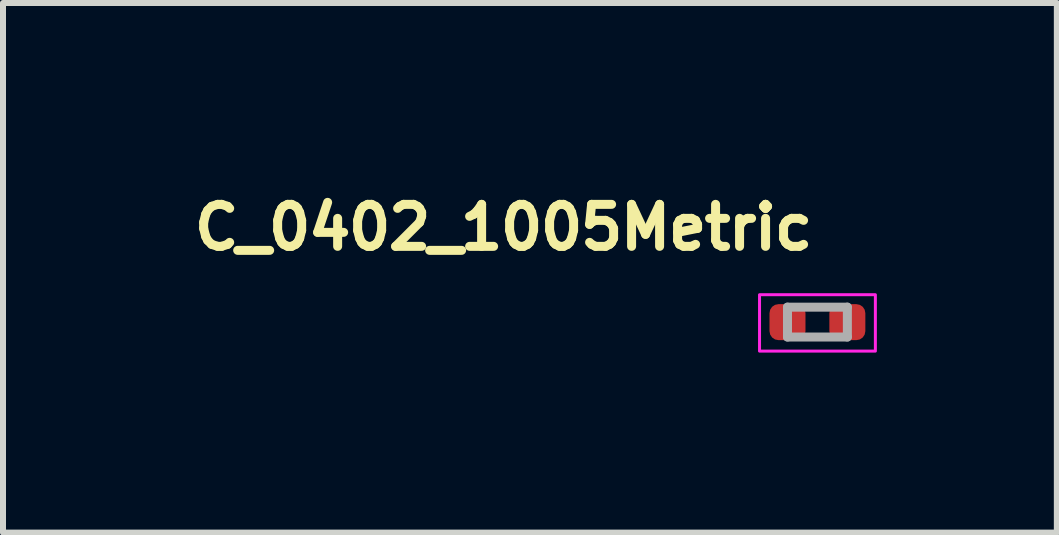
<source format=kicad_pcb>
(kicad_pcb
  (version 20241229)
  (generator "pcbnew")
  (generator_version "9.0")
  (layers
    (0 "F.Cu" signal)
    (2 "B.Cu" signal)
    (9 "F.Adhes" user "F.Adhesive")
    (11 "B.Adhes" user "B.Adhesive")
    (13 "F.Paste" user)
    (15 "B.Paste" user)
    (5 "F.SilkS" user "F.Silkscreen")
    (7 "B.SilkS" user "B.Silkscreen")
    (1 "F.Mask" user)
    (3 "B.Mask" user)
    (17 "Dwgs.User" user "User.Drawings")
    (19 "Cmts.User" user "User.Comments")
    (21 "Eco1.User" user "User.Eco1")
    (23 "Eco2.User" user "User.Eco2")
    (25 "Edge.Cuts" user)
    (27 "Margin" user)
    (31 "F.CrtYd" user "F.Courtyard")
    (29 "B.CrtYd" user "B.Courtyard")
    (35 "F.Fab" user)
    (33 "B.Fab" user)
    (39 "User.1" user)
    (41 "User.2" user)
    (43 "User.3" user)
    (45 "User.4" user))
  (footprint "C_0402_1005Metric"
    (layer "F.Cu")
    (at 10.577 2.32)
    (property "Reference" "C_0402_1005Metric" (at 0 -1.17 0) (layer "F.SilkS") (effects (font (size 0.7 0.7) (thickness 0.15)) (justify right bottom)))
    (attr smd)
    (fp_rect (start -0.966 -0.457) (end 0.965 0.483) (stroke (width 0.05) (type solid)) (fill no) (layer "F.CrtYd"))
    (fp_line (start -0.5 -0.25) (end 0.498 -0.25) (stroke (width 0.15) (type solid)) (layer "F.Fab"))
    (fp_line (start -0.5 0.248) (end -0.5 -0.25) (stroke (width 0.15) (type solid)) (layer "F.Fab"))
    (fp_line (start 0.498 -0.25) (end 0.498 0.248) (stroke (width 0.15) (type solid)) (layer "F.Fab"))
    (fp_line (start 0.498 0.248) (end -0.5 0.248) (stroke (width 0.15) (type solid)) (layer "F.Fab"))
    (fp_rect (start -0.5 -0.25) (end 0.498 0.248) (stroke (width 0.1) (type solid)) (fill no) (layer "User.5"))
    (fp_line (start -0.5 -0.245) (end -0.5 -0.244) (stroke (width 0.02) (type solid)) (layer "User.9"))
    (fp_line (start -0.5 -0.244) (end -0.5 -0.244) (stroke (width 0.02) (type solid)) (layer "User.9"))
    (fp_line (start -0.5 -0.244) (end -0.5 -0.243) (stroke (width 0.02) (type solid)) (layer "User.9"))
    (fp_line (start -0.5 -0.243) (end -0.5 -0.243) (stroke (width 0.02) (type solid)) (layer "User.9"))
    (fp_line (start -0.5 -0.243) (end -0.5 -0.243) (stroke (width 0.02) (type solid)) (layer "User.9"))
    (fp_line (start -0.5 -0.243) (end -0.5 -0.242) (stroke (width 0.02) (type solid)) (layer "User.9"))
    (fp_line (start -0.5 -0.242) (end -0.5 -0.242) (stroke (width 0.02) (type solid)) (layer "User.9"))
    (fp_line (start -0.5 -0.242) (end -0.5 -0.241) (stroke (width 0.02) (type solid)) (layer "User.9"))
    (fp_line (start -0.5 -0.241) (end -0.5 -0.24) (stroke (width 0.02) (type solid)) (layer "User.9"))
    (fp_line (start -0.5 -0.24) (end -0.5 -0.24) (stroke (width 0.02) (type solid)) (layer "User.9"))
    (fp_line (start -0.5 -0.24) (end -0.5 -0.24) (stroke (width 0.02) (type solid)) (layer "User.9"))
    (fp_line (start -0.5 -0.24) (end -0.5 -0.24) (stroke (width 0.02) (type solid)) (layer "User.9"))
    (fp_line (start -0.5 -0.24) (end -0.5 -0.24) (stroke (width 0.02) (type solid)) (layer "User.9"))
    (fp_line (start -0.5 -0.24) (end -0.5 -0.239) (stroke (width 0.02) (type solid)) (layer "User.9"))
    (fp_line (start -0.5 -0.239) (end -0.5 -0.239) (stroke (width 0.02) (type solid)) (layer "User.9"))
    (fp_line (start -0.5 -0.239) (end -0.5 -0.239) (stroke (width 0.02) (type solid)) (layer "User.9"))
    (fp_line (start -0.5 -0.239) (end -0.5 -0.238) (stroke (width 0.02) (type solid)) (layer "User.9"))
    (fp_line (start -0.5 -0.238) (end -0.5 -0.238) (stroke (width 0.02) (type solid)) (layer "User.9"))
    (fp_line (start -0.5 -0.238) (end -0.5 -0.237) (stroke (width 0.02) (type solid)) (layer "User.9"))
    (fp_line (start -0.5 -0.237) (end -0.499 -0.237) (stroke (width 0.02) (type solid)) (layer "User.9"))
    (fp_line (start -0.5 0.235) (end -0.5 0.236) (stroke (width 0.02) (type solid)) (layer "User.9"))
    (fp_line (start -0.5 0.236) (end -0.5 0.236) (stroke (width 0.02) (type solid)) (layer "User.9"))
    (fp_line (start -0.5 0.236) (end -0.5 0.237) (stroke (width 0.02) (type solid)) (layer "User.9"))
    (fp_line (start -0.5 0.237) (end -0.5 0.237) (stroke (width 0.02) (type solid)) (layer "User.9"))
    (fp_line (start -0.5 0.237) (end -0.5 0.237) (stroke (width 0.02) (type solid)) (layer "User.9"))
    (fp_line (start -0.5 0.237) (end -0.5 0.238) (stroke (width 0.02) (type solid)) (layer "User.9"))
    (fp_line (start -0.5 0.238) (end -0.5 0.238) (stroke (width 0.02) (type solid)) (layer "User.9"))
    (fp_line (start -0.5 0.238) (end -0.5 0.239) (stroke (width 0.02) (type solid)) (layer "User.9"))
    (fp_line (start -0.5 0.239) (end -0.5 -0.24) (stroke (width 0.02) (type solid)) (layer "User.9"))
    (fp_line (start -0.5 0.239) (end -0.5 0.239) (stroke (width 0.02) (type solid)) (layer "User.9"))
    (fp_line (start -0.5 0.239) (end -0.5 0.239) (stroke (width 0.02) (type solid)) (layer "User.9"))
    (fp_line (start -0.5 0.239) (end -0.5 0.239) (stroke (width 0.02) (type solid)) (layer "User.9"))
    (fp_line (start -0.5 0.239) (end -0.5 0.24) (stroke (width 0.02) (type solid)) (layer "User.9"))
    (fp_line (start -0.5 0.24) (end -0.5 0.24) (stroke (width 0.02) (type solid)) (layer "User.9"))
    (fp_line (start -0.5 0.24) (end -0.5 0.241) (stroke (width 0.02) (type solid)) (layer "User.9"))
    (fp_line (start -0.5 0.241) (end -0.5 0.241) (stroke (width 0.02) (type solid)) (layer "User.9"))
    (fp_line (start -0.5 0.241) (end -0.5 0.241) (stroke (width 0.02) (type solid)) (layer "User.9"))
    (fp_line (start -0.5 0.241) (end -0.5 0.242) (stroke (width 0.02) (type solid)) (layer "User.9"))
    (fp_line (start -0.5 0.242) (end -0.5 0.242) (stroke (width 0.02) (type solid)) (layer "User.9"))
    (fp_line (start -0.5 0.242) (end -0.5 0.243) (stroke (width 0.02) (type solid)) (layer "User.9"))
    (fp_line (start -0.5 0.243) (end -0.499 0.243) (stroke (width 0.02) (type solid)) (layer "User.9"))
    (fp_line (start -0.499 -0.246) (end -0.499 -0.246) (stroke (width 0.02) (type solid)) (layer "User.9"))
    (fp_line (start -0.499 -0.246) (end -0.499 -0.246) (stroke (width 0.02) (type solid)) (layer "User.9"))
    (fp_line (start -0.499 -0.246) (end -0.499 -0.245) (stroke (width 0.02) (type solid)) (layer "User.9"))
    (fp_line (start -0.499 -0.245) (end -0.5 -0.245) (stroke (width 0.02) (type solid)) (layer "User.9"))
    (fp_line (start -0.499 -0.237) (end -0.499 -0.236) (stroke (width 0.02) (type solid)) (layer "User.9"))
    (fp_line (start -0.499 -0.236) (end -0.499 -0.236) (stroke (width 0.02) (type solid)) (layer "User.9"))
    (fp_line (start -0.499 -0.236) (end -0.499 -0.236) (stroke (width 0.02) (type solid)) (layer "User.9"))
    (fp_line (start -0.499 -0.236) (end -0.498 -0.235) (stroke (width 0.02) (type solid)) (layer "User.9"))
    (fp_line (start -0.499 0.234) (end -0.499 0.234) (stroke (width 0.02) (type solid)) (layer "User.9"))
    (fp_line (start -0.499 0.234) (end -0.499 0.234) (stroke (width 0.02) (type solid)) (layer "User.9"))
    (fp_line (start -0.499 0.234) (end -0.499 0.235) (stroke (width 0.02) (type solid)) (layer "User.9"))
    (fp_line (start -0.499 0.235) (end -0.5 0.235) (stroke (width 0.02) (type solid)) (layer "User.9"))
    (fp_line (start -0.499 0.243) (end -0.499 0.244) (stroke (width 0.02) (type solid)) (layer "User.9"))
    (fp_line (start -0.499 0.244) (end -0.499 0.244) (stroke (width 0.02) (type solid)) (layer "User.9"))
    (fp_line (start -0.499 0.244) (end -0.499 0.244) (stroke (width 0.02) (type solid)) (layer "User.9"))
    (fp_line (start -0.499 0.244) (end -0.498 0.245) (stroke (width 0.02) (type solid)) (layer "User.9"))
    (fp_line (start -0.498 -0.248) (end -0.498 -0.247) (stroke (width 0.02) (type solid)) (layer "User.9"))
    (fp_line (start -0.498 -0.247) (end -0.499 -0.246) (stroke (width 0.02) (type solid)) (layer "User.9"))
    (fp_line (start -0.498 -0.247) (end -0.498 -0.247) (stroke (width 0.02) (type solid)) (layer "User.9"))
    (fp_line (start -0.498 -0.235) (end -0.498 -0.235) (stroke (width 0.02) (type solid)) (layer "User.9"))
    (fp_line (start -0.498 -0.235) (end -0.498 -0.234) (stroke (width 0.02) (type solid)) (layer "User.9"))
    (fp_line (start -0.498 -0.234) (end -0.497 -0.234) (stroke (width 0.02) (type solid)) (layer "User.9"))
    (fp_line (start -0.498 0.232) (end -0.498 0.233) (stroke (width 0.02) (type solid)) (layer "User.9"))
    (fp_line (start -0.498 0.233) (end -0.499 0.234) (stroke (width 0.02) (type solid)) (layer "User.9"))
    (fp_line (start -0.498 0.233) (end -0.498 0.233) (stroke (width 0.02) (type solid)) (layer "User.9"))
    (fp_line (start -0.498 0.245) (end -0.498 0.245) (stroke (width 0.02) (type solid)) (layer "User.9"))
    (fp_line (start -0.498 0.245) (end -0.498 0.246) (stroke (width 0.02) (type solid)) (layer "User.9"))
    (fp_line (start -0.498 0.246) (end -0.497 0.246) (stroke (width 0.02) (type solid)) (layer "User.9"))
    (fp_line (start -0.497 -0.248) (end -0.498 -0.248) (stroke (width 0.02) (type solid)) (layer "User.9"))
    (fp_line (start -0.497 -0.248) (end -0.497 -0.248) (stroke (width 0.02) (type solid)) (layer "User.9"))
    (fp_line (start -0.497 -0.234) (end -0.497 -0.234) (stroke (width 0.02) (type solid)) (layer "User.9"))
    (fp_line (start -0.497 -0.234) (end -0.496 -0.233) (stroke (width 0.02) (type solid)) (layer "User.9"))
    (fp_line (start -0.497 0.232) (end -0.498 0.232) (stroke (width 0.02) (type solid)) (layer "User.9"))
    (fp_line (start -0.497 0.232) (end -0.497 0.232) (stroke (width 0.02) (type solid)) (layer "User.9"))
    (fp_line (start -0.497 0.246) (end -0.497 0.246) (stroke (width 0.02) (type solid)) (layer "User.9"))
    (fp_line (start -0.497 0.246) (end -0.496 0.247) (stroke (width 0.02) (type solid)) (layer "User.9"))
    (fp_line (start -0.496 -0.249) (end -0.497 -0.248) (stroke (width 0.02) (type solid)) (layer "User.9"))
    (fp_line (start -0.496 -0.249) (end -0.496 -0.249) (stroke (width 0.02) (type solid)) (layer "User.9"))
    (fp_line (start -0.496 -0.249) (end -0.496 -0.249) (stroke (width 0.02) (type solid)) (layer "User.9"))
    (fp_line (start -0.496 -0.233) (end -0.496 -0.233) (stroke (width 0.02) (type solid)) (layer "User.9"))
    (fp_line (start -0.496 -0.233) (end -0.496 -0.233) (stroke (width 0.02) (type solid)) (layer "User.9"))
    (fp_line (start -0.496 -0.233) (end -0.495 -0.233) (stroke (width 0.02) (type solid)) (layer "User.9"))
    (fp_line (start -0.496 0.231) (end -0.497 0.232) (stroke (width 0.02) (type solid)) (layer "User.9"))
    (fp_line (start -0.496 0.231) (end -0.496 0.231) (stroke (width 0.02) (type solid)) (layer "User.9"))
    (fp_line (start -0.496 0.231) (end -0.496 0.231) (stroke (width 0.02) (type solid)) (layer "User.9"))
    (fp_line (start -0.496 0.247) (end -0.496 0.247) (stroke (width 0.02) (type solid)) (layer "User.9"))
    (fp_line (start -0.496 0.247) (end -0.496 0.247) (stroke (width 0.02) (type solid)) (layer "User.9"))
    (fp_line (start -0.496 0.247) (end -0.495 0.247) (stroke (width 0.02) (type solid)) (layer "User.9"))
    (fp_line (start -0.495 -0.25) (end -0.495 -0.249) (stroke (width 0.02) (type solid)) (layer "User.9"))
    (fp_line (start -0.495 -0.249) (end -0.496 -0.249) (stroke (width 0.02) (type solid)) (layer "User.9"))
    (fp_line (start -0.495 -0.233) (end -0.495 -0.232) (stroke (width 0.02) (type solid)) (layer "User.9"))
    (fp_line (start -0.495 -0.232) (end -0.494 -0.232) (stroke (width 0.02) (type solid)) (layer "User.9"))
    (fp_line (start -0.495 0.23) (end -0.495 0.231) (stroke (width 0.02) (type solid)) (layer "User.9"))
    (fp_line (start -0.495 0.231) (end -0.496 0.231) (stroke (width 0.02) (type solid)) (layer "User.9"))
    (fp_line (start -0.495 0.247) (end -0.495 0.248) (stroke (width 0.02) (type solid)) (layer "User.9"))
    (fp_line (start -0.495 0.248) (end -0.494 0.248) (stroke (width 0.02) (type solid)) (layer "User.9"))
    (fp_line (start -0.494 -0.25) (end -0.495 -0.25) (stroke (width 0.02) (type solid)) (layer "User.9"))
    (fp_line (start -0.494 -0.25) (end -0.494 -0.25) (stroke (width 0.02) (type solid)) (layer "User.9"))
    (fp_line (start -0.494 -0.232) (end -0.494 -0.232) (stroke (width 0.02) (type solid)) (layer "User.9"))
    (fp_line (start -0.494 -0.232) (end -0.493 -0.232) (stroke (width 0.02) (type solid)) (layer "User.9"))
    (fp_line (start -0.494 0.23) (end -0.495 0.23) (stroke (width 0.02) (type solid)) (layer "User.9"))
    (fp_line (start -0.494 0.23) (end -0.494 0.23) (stroke (width 0.02) (type solid)) (layer "User.9"))
    (fp_line (start -0.494 0.248) (end -0.494 0.248) (stroke (width 0.02) (type solid)) (layer "User.9"))
    (fp_line (start -0.494 0.248) (end -0.493 0.248) (stroke (width 0.02) (type solid)) (layer "User.9"))
    (fp_line (start -0.493 -0.25) (end -0.494 -0.25) (stroke (width 0.02) (type solid)) (layer "User.9"))
    (fp_line (start -0.493 -0.25) (end -0.493 -0.25) (stroke (width 0.02) (type solid)) (layer "User.9"))
    (fp_line (start -0.493 -0.25) (end -0.493 -0.25) (stroke (width 0.02) (type solid)) (layer "User.9"))
    (fp_line (start -0.493 -0.232) (end -0.493 -0.232) (stroke (width 0.02) (type solid)) (layer "User.9"))
    (fp_line (start -0.493 -0.232) (end -0.493 -0.232) (stroke (width 0.02) (type solid)) (layer "User.9"))
    (fp_line (start -0.493 -0.232) (end -0.492 -0.232) (stroke (width 0.02) (type solid)) (layer "User.9"))
    (fp_line (start -0.493 0.23) (end -0.494 0.23) (stroke (width 0.02) (type solid)) (layer "User.9"))
    (fp_line (start -0.493 0.23) (end -0.493 0.23) (stroke (width 0.02) (type solid)) (layer "User.9"))
    (fp_line (start -0.493 0.23) (end -0.493 0.23) (stroke (width 0.02) (type solid)) (layer "User.9"))
    (fp_line (start -0.493 0.248) (end -0.493 0.248) (stroke (width 0.02) (type solid)) (layer "User.9"))
    (fp_line (start -0.493 0.248) (end -0.493 0.248) (stroke (width 0.02) (type solid)) (layer "User.9"))
    (fp_line (start -0.493 0.248) (end -0.492 0.248) (stroke (width 0.02) (type solid)) (layer "User.9"))
    (fp_line (start -0.492 -0.25) (end -0.493 -0.25) (stroke (width 0.02) (type solid)) (layer "User.9"))
    (fp_line (start -0.492 -0.25) (end -0.492 -0.25) (stroke (width 0.02) (type solid)) (layer "User.9"))
    (fp_line (start -0.492 -0.232) (end -0.492 -0.232) (stroke (width 0.02) (type solid)) (layer "User.9"))
    (fp_line (start -0.492 -0.232) (end -0.491 -0.232) (stroke (width 0.02) (type solid)) (layer "User.9"))
    (fp_line (start -0.492 0.23) (end -0.493 0.23) (stroke (width 0.02) (type solid)) (layer "User.9"))
    (fp_line (start -0.492 0.23) (end -0.492 0.23) (stroke (width 0.02) (type solid)) (layer "User.9"))
    (fp_line (start -0.492 0.248) (end -0.492 0.248) (stroke (width 0.02) (type solid)) (layer "User.9"))
    (fp_line (start -0.492 0.248) (end -0.491 0.248) (stroke (width 0.02) (type solid)) (layer "User.9"))
    (fp_line (start -0.491 -0.25) (end -0.492 -0.25) (stroke (width 0.02) (type solid)) (layer "User.9"))
    (fp_line (start -0.491 -0.232) (end -0.49 -0.232) (stroke (width 0.02) (type solid)) (layer "User.9"))
    (fp_line (start -0.491 0.23) (end -0.492 0.23) (stroke (width 0.02) (type solid)) (layer "User.9"))
    (fp_line (start -0.491 0.248) (end -0.49 0.248) (stroke (width 0.02) (type solid)) (layer "User.9"))
    (fp_line (start -0.49 -0.25) (end -0.491 -0.25) (stroke (width 0.02) (type solid)) (layer "User.9"))
    (fp_line (start -0.49 -0.25) (end -0.49 -0.25) (stroke (width 0.02) (type solid)) (layer "User.9"))
    (fp_line (start -0.49 -0.25) (end -0.49 -0.25) (stroke (width 0.02) (type solid)) (layer "User.9"))
    (fp_line (start -0.49 -0.25) (end -0.3 -0.25) (stroke (width 0.02) (type solid)) (layer "User.9"))
    (fp_line (start -0.49 -0.232) (end -0.49 -0.232) (stroke (width 0.02) (type solid)) (layer "User.9"))
    (fp_line (start -0.49 -0.232) (end -0.49 -0.232) (stroke (width 0.02) (type solid)) (layer "User.9"))
    (fp_line (start -0.49 -0.232) (end -0.489 -0.232) (stroke (width 0.02) (type solid)) (layer "User.9"))
    (fp_line (start -0.49 0.23) (end -0.491 0.23) (stroke (width 0.02) (type solid)) (layer "User.9"))
    (fp_line (start -0.49 0.23) (end -0.49 0.23) (stroke (width 0.02) (type solid)) (layer "User.9"))
    (fp_line (start -0.49 0.23) (end -0.49 0.23) (stroke (width 0.02) (type solid)) (layer "User.9"))
    (fp_line (start -0.49 0.248) (end -0.49 0.248) (stroke (width 0.02) (type solid)) (layer "User.9"))
    (fp_line (start -0.49 0.248) (end -0.49 0.248) (stroke (width 0.02) (type solid)) (layer "User.9"))
    (fp_line (start -0.49 0.248) (end -0.489 0.248) (stroke (width 0.02) (type solid)) (layer "User.9"))
    (fp_line (start -0.489 -0.25) (end -0.49 -0.25) (stroke (width 0.02) (type solid)) (layer "User.9"))
    (fp_line (start -0.489 -0.25) (end -0.489 -0.25) (stroke (width 0.02) (type solid)) (layer "User.9"))
    (fp_line (start -0.489 -0.232) (end -0.489 -0.232) (stroke (width 0.02) (type solid)) (layer "User.9"))
    (fp_line (start -0.489 -0.232) (end -0.488 -0.232) (stroke (width 0.02) (type solid)) (layer "User.9"))
    (fp_line (start -0.489 0.23) (end -0.49 0.23) (stroke (width 0.02) (type solid)) (layer "User.9"))
    (fp_line (start -0.489 0.23) (end -0.489 0.23) (stroke (width 0.02) (type solid)) (layer "User.9"))
    (fp_line (start -0.489 0.248) (end -0.489 0.248) (stroke (width 0.02) (type solid)) (layer "User.9"))
    (fp_line (start -0.489 0.248) (end -0.488 0.248) (stroke (width 0.02) (type solid)) (layer "User.9"))
    (fp_line (start -0.488 -0.25) (end -0.489 -0.25) (stroke (width 0.02) (type solid)) (layer "User.9"))
    (fp_line (start -0.488 -0.25) (end -0.488 -0.25) (stroke (width 0.02) (type solid)) (layer "User.9"))
    (fp_line (start -0.488 -0.25) (end -0.488 -0.25) (stroke (width 0.02) (type solid)) (layer "User.9"))
    (fp_line (start -0.488 -0.232) (end -0.488 -0.232) (stroke (width 0.02) (type solid)) (layer "User.9"))
    (fp_line (start -0.488 -0.232) (end -0.488 -0.232) (stroke (width 0.02) (type solid)) (layer "User.9"))
    (fp_line (start -0.488 -0.232) (end -0.487 -0.232) (stroke (width 0.02) (type solid)) (layer "User.9"))
    (fp_line (start -0.488 0.23) (end -0.489 0.23) (stroke (width 0.02) (type solid)) (layer "User.9"))
    (fp_line (start -0.488 0.23) (end -0.488 0.23) (stroke (width 0.02) (type solid)) (layer "User.9"))
    (fp_line (start -0.488 0.23) (end -0.488 0.23) (stroke (width 0.02) (type solid)) (layer "User.9"))
    (fp_line (start -0.488 0.248) (end -0.488 0.248) (stroke (width 0.02) (type solid)) (layer "User.9"))
    (fp_line (start -0.488 0.248) (end -0.488 0.248) (stroke (width 0.02) (type solid)) (layer "User.9"))
    (fp_line (start -0.488 0.248) (end -0.487 0.248) (stroke (width 0.02) (type solid)) (layer "User.9"))
    (fp_line (start -0.487 -0.25) (end -0.488 -0.25) (stroke (width 0.02) (type solid)) (layer "User.9"))
    (fp_line (start -0.487 -0.25) (end -0.487 -0.25) (stroke (width 0.02) (type solid)) (layer "User.9"))
    (fp_line (start -0.487 -0.232) (end -0.487 -0.232) (stroke (width 0.02) (type solid)) (layer "User.9"))
    (fp_line (start -0.487 -0.232) (end -0.486 -0.232) (stroke (width 0.02) (type solid)) (layer "User.9"))
    (fp_line (start -0.487 0.23) (end -0.488 0.23) (stroke (width 0.02) (type solid)) (layer "User.9"))
    (fp_line (start -0.487 0.23) (end -0.487 0.23) (stroke (width 0.02) (type solid)) (layer "User.9"))
    (fp_line (start -0.487 0.248) (end -0.487 0.248) (stroke (width 0.02) (type solid)) (layer "User.9"))
    (fp_line (start -0.487 0.248) (end -0.486 0.248) (stroke (width 0.02) (type solid)) (layer "User.9"))
    (fp_line (start -0.486 -0.25) (end -0.487 -0.25) (stroke (width 0.02) (type solid)) (layer "User.9"))
    (fp_line (start -0.486 -0.249) (end -0.486 -0.25) (stroke (width 0.02) (type solid)) (layer "User.9"))
    (fp_line (start -0.486 -0.233) (end -0.485 -0.233) (stroke (width 0.02) (type solid)) (layer "User.9"))
    (fp_line (start -0.486 -0.232) (end -0.486 -0.233) (stroke (width 0.02) (type solid)) (layer "User.9"))
    (fp_line (start -0.486 0.23) (end -0.487 0.23) (stroke (width 0.02) (type solid)) (layer "User.9"))
    (fp_line (start -0.486 0.231) (end -0.486 0.23) (stroke (width 0.02) (type solid)) (layer "User.9"))
    (fp_line (start -0.486 0.247) (end -0.485 0.247) (stroke (width 0.02) (type solid)) (layer "User.9"))
    (fp_line (start -0.486 0.248) (end -0.486 0.247) (stroke (width 0.02) (type solid)) (layer "User.9"))
    (fp_line (start -0.485 -0.249) (end -0.486 -0.249) (stroke (width 0.02) (type solid)) (layer "User.9"))
    (fp_line (start -0.485 -0.249) (end -0.485 -0.249) (stroke (width 0.02) (type solid)) (layer "User.9"))
    (fp_line (start -0.485 -0.249) (end -0.485 -0.249) (stroke (width 0.02) (type solid)) (layer "User.9"))
    (fp_line (start -0.485 -0.233) (end -0.485 -0.233) (stroke (width 0.02) (type solid)) (layer "User.9"))
    (fp_line (start -0.485 -0.233) (end -0.485 -0.233) (stroke (width 0.02) (type solid)) (layer "User.9"))
    (fp_line (start -0.485 -0.233) (end -0.484 -0.234) (stroke (width 0.02) (type solid)) (layer "User.9"))
    (fp_line (start -0.485 0.231) (end -0.486 0.231) (stroke (width 0.02) (type solid)) (layer "User.9"))
    (fp_line (start -0.485 0.231) (end -0.485 0.231) (stroke (width 0.02) (type solid)) (layer "User.9"))
    (fp_line (start -0.485 0.231) (end -0.485 0.231) (stroke (width 0.02) (type solid)) (layer "User.9"))
    (fp_line (start -0.485 0.247) (end -0.485 0.247) (stroke (width 0.02) (type solid)) (layer "User.9"))
    (fp_line (start -0.485 0.247) (end -0.485 0.247) (stroke (width 0.02) (type solid)) (layer "User.9"))
    (fp_line (start -0.485 0.247) (end -0.484 0.246) (stroke (width 0.02) (type solid)) (layer "User.9"))
    (fp_line (start -0.484 -0.248) (end -0.485 -0.249) (stroke (width 0.02) (type solid)) (layer "User.9"))
    (fp_line (start -0.484 -0.248) (end -0.484 -0.248) (stroke (width 0.02) (type solid)) (layer "User.9"))
    (fp_line (start -0.484 -0.234) (end -0.484 -0.234) (stroke (width 0.02) (type solid)) (layer "User.9"))
    (fp_line (start -0.484 -0.234) (end -0.483 -0.234) (stroke (width 0.02) (type solid)) (layer "User.9"))
    (fp_line (start -0.484 0.232) (end -0.485 0.231) (stroke (width 0.02) (type solid)) (layer "User.9"))
    (fp_line (start -0.484 0.232) (end -0.484 0.232) (stroke (width 0.02) (type solid)) (layer "User.9"))
    (fp_line (start -0.484 0.246) (end -0.484 0.246) (stroke (width 0.02) (type solid)) (layer "User.9"))
    (fp_line (start -0.484 0.246) (end -0.483 0.246) (stroke (width 0.02) (type solid)) (layer "User.9"))
    (fp_line (start -0.483 -0.248) (end -0.484 -0.248) (stroke (width 0.02) (type solid)) (layer "User.9"))
    (fp_line (start -0.483 -0.247) (end -0.483 -0.248) (stroke (width 0.02) (type solid)) (layer "User.9"))
    (fp_line (start -0.483 -0.247) (end -0.483 -0.247) (stroke (width 0.02) (type solid)) (layer "User.9"))
    (fp_line (start -0.483 -0.235) (end -0.483 -0.235) (stroke (width 0.02) (type solid)) (layer "User.9"))
    (fp_line (start -0.483 -0.235) (end -0.482 -0.236) (stroke (width 0.02) (type solid)) (layer "User.9"))
    (fp_line (start -0.483 -0.234) (end -0.483 -0.235) (stroke (width 0.02) (type solid)) (layer "User.9"))
    (fp_line (start -0.483 0.232) (end -0.484 0.232) (stroke (width 0.02) (type solid)) (layer "User.9"))
    (fp_line (start -0.483 0.233) (end -0.483 0.232) (stroke (width 0.02) (type solid)) (layer "User.9"))
    (fp_line (start -0.483 0.233) (end -0.483 0.233) (stroke (width 0.02) (type solid)) (layer "User.9"))
    (fp_line (start -0.483 0.245) (end -0.483 0.245) (stroke (width 0.02) (type solid)) (layer "User.9"))
    (fp_line (start -0.483 0.245) (end -0.482 0.244) (stroke (width 0.02) (type solid)) (layer "User.9"))
    (fp_line (start -0.483 0.246) (end -0.483 0.245) (stroke (width 0.02) (type solid)) (layer "User.9"))
    (fp_line (start -0.482 -0.246) (end -0.483 -0.247) (stroke (width 0.02) (type solid)) (layer "User.9"))
    (fp_line (start -0.482 -0.246) (end -0.482 -0.246) (stroke (width 0.02) (type solid)) (layer "User.9"))
    (fp_line (start -0.482 -0.246) (end -0.482 -0.246) (stroke (width 0.02) (type solid)) (layer "User.9"))
    (fp_line (start -0.482 -0.245) (end -0.482 -0.246) (stroke (width 0.02) (type solid)) (layer "User.9"))
    (fp_line (start -0.482 -0.237) (end -0.481 -0.237) (stroke (width 0.02) (type solid)) (layer "User.9"))
    (fp_line (start -0.482 -0.236) (end -0.482 -0.237) (stroke (width 0.02) (type solid)) (layer "User.9"))
    (fp_line (start -0.482 -0.236) (end -0.482 -0.236) (stroke (width 0.02) (type solid)) (layer "User.9"))
    (fp_line (start -0.482 -0.236) (end -0.482 -0.236) (stroke (width 0.02) (type solid)) (layer "User.9"))
    (fp_line (start -0.482 0.234) (end -0.483 0.233) (stroke (width 0.02) (type solid)) (layer "User.9"))
    (fp_line (start -0.482 0.234) (end -0.482 0.234) (stroke (width 0.02) (type solid)) (layer "User.9"))
    (fp_line (start -0.482 0.234) (end -0.482 0.234) (stroke (width 0.02) (type solid)) (layer "User.9"))
    (fp_line (start -0.482 0.235) (end -0.482 0.234) (stroke (width 0.02) (type solid)) (layer "User.9"))
    (fp_line (start -0.482 0.243) (end -0.481 0.243) (stroke (width 0.02) (type solid)) (layer "User.9"))
    (fp_line (start -0.482 0.244) (end -0.482 0.243) (stroke (width 0.02) (type solid)) (layer "User.9"))
    (fp_line (start -0.482 0.244) (end -0.482 0.244) (stroke (width 0.02) (type solid)) (layer "User.9"))
    (fp_line (start -0.482 0.244) (end -0.482 0.244) (stroke (width 0.02) (type solid)) (layer "User.9"))
    (fp_line (start -0.481 -0.245) (end -0.482 -0.245) (stroke (width 0.02) (type solid)) (layer "User.9"))
    (fp_line (start -0.481 -0.244) (end -0.481 -0.245) (stroke (width 0.02) (type solid)) (layer "User.9"))
    (fp_line (start -0.481 -0.244) (end -0.481 -0.244) (stroke (width 0.02) (type solid)) (layer "User.9"))
    (fp_line (start -0.481 -0.243) (end -0.481 -0.244) (stroke (width 0.02) (type solid)) (layer "User.9"))
    (fp_line (start -0.481 -0.243) (end -0.481 -0.243) (stroke (width 0.02) (type solid)) (layer "User.9"))
    (fp_line (start -0.481 -0.243) (end -0.481 -0.243) (stroke (width 0.02) (type solid)) (layer "User.9"))
    (fp_line (start -0.481 -0.242) (end -0.481 -0.243) (stroke (width 0.02) (type solid)) (layer "User.9"))
    (fp_line (start -0.481 -0.242) (end -0.481 -0.242) (stroke (width 0.02) (type solid)) (layer "User.9"))
    (fp_line (start -0.481 -0.241) (end -0.481 -0.242) (stroke (width 0.02) (type solid)) (layer "User.9"))
    (fp_line (start -0.481 -0.24) (end -0.481 -0.24) (stroke (width 0.02) (type solid)) (layer "User.9"))
    (fp_line (start -0.481 -0.24) (end -0.481 -0.24) (stroke (width 0.02) (type solid)) (layer "User.9"))
    (fp_line (start -0.481 -0.24) (end -0.48 -0.24) (stroke (width 0.02) (type solid)) (layer "User.9"))
    (fp_line (start -0.481 -0.239) (end -0.481 -0.24) (stroke (width 0.02) (type solid)) (layer "User.9"))
    (fp_line (start -0.481 -0.239) (end -0.481 -0.239) (stroke (width 0.02) (type solid)) (layer "User.9"))
    (fp_line (start -0.481 -0.239) (end -0.481 -0.239) (stroke (width 0.02) (type solid)) (layer "User.9"))
    (fp_line (start -0.481 -0.238) (end -0.481 -0.239) (stroke (width 0.02) (type solid)) (layer "User.9"))
    (fp_line (start -0.481 -0.238) (end -0.481 -0.238) (stroke (width 0.02) (type solid)) (layer "User.9"))
    (fp_line (start -0.481 -0.237) (end -0.481 -0.238) (stroke (width 0.02) (type solid)) (layer "User.9"))
    (fp_line (start -0.481 0.235) (end -0.482 0.235) (stroke (width 0.02) (type solid)) (layer "User.9"))
    (fp_line (start -0.481 0.236) (end -0.481 0.235) (stroke (width 0.02) (type solid)) (layer "User.9"))
    (fp_line (start -0.481 0.236) (end -0.481 0.236) (stroke (width 0.02) (type solid)) (layer "User.9"))
    (fp_line (start -0.481 0.237) (end -0.481 0.236) (stroke (width 0.02) (type solid)) (layer "User.9"))
    (fp_line (start -0.481 0.237) (end -0.481 0.237) (stroke (width 0.02) (type solid)) (layer "User.9"))
    (fp_line (start -0.481 0.237) (end -0.481 0.237) (stroke (width 0.02) (type solid)) (layer "User.9"))
    (fp_line (start -0.481 0.238) (end -0.481 0.237) (stroke (width 0.02) (type solid)) (layer "User.9"))
    (fp_line (start -0.481 0.238) (end -0.481 0.238) (stroke (width 0.02) (type solid)) (layer "User.9"))
    (fp_line (start -0.481 0.239) (end -0.481 0.238) (stroke (width 0.02) (type solid)) (layer "User.9"))
    (fp_line (start -0.481 0.239) (end -0.48 0.239) (stroke (width 0.02) (type solid)) (layer "User.9"))
    (fp_line (start -0.481 0.24) (end -0.481 0.239) (stroke (width 0.02) (type solid)) (layer "User.9"))
    (fp_line (start -0.481 0.24) (end -0.481 0.24) (stroke (width 0.02) (type solid)) (layer "User.9"))
    (fp_line (start -0.481 0.241) (end -0.481 0.24) (stroke (width 0.02) (type solid)) (layer "User.9"))
    (fp_line (start -0.481 0.241) (end -0.481 0.241) (stroke (width 0.02) (type solid)) (layer "User.9"))
    (fp_line (start -0.481 0.241) (end -0.481 0.241) (stroke (width 0.02) (type solid)) (layer "User.9"))
    (fp_line (start -0.481 0.242) (end -0.481 0.241) (stroke (width 0.02) (type solid)) (layer "User.9"))
    (fp_line (start -0.481 0.242) (end -0.481 0.242) (stroke (width 0.02) (type solid)) (layer "User.9"))
    (fp_line (start -0.481 0.243) (end -0.481 0.242) (stroke (width 0.02) (type solid)) (layer "User.9"))
    (fp_line (start -0.48 -0.24) (end -0.481 -0.241) (stroke (width 0.02) (type solid)) (layer "User.9"))
    (fp_line (start -0.48 -0.24) (end -0.48 -0.24) (stroke (width 0.02) (type solid)) (layer "User.9"))
    (fp_line (start -0.48 -0.24) (end -0.48 -0.24) (stroke (width 0.02) (type solid)) (layer "User.9"))
    (fp_line (start -0.48 0.239) (end -0.481 0.239) (stroke (width 0.02) (type solid)) (layer "User.9"))
    (fp_line (start -0.48 0.239) (end -0.48 0.239) (stroke (width 0.02) (type solid)) (layer "User.9"))
    (fp_line (start -0.48 0.239) (end -0.48 0.239) (stroke (width 0.02) (type solid)) (layer "User.9"))
    (fp_line (start -0.3 -0.25) (end -0.3 -0.24) (stroke (width 0.02) (type solid)) (layer "User.9"))
    (fp_line (start -0.3 -0.24) (end -0.3 0.239) (stroke (width 0.02) (type solid)) (layer "User.9"))
    (fp_line (start -0.3 -0.24) (end 0.298 -0.24) (stroke (width 0.02) (type solid)) (layer "User.9"))
    (fp_line (start -0.3 0.239) (end -0.3 0.248) (stroke (width 0.02) (type solid)) (layer "User.9"))
    (fp_line (start -0.3 0.239) (end 0.298 0.239) (stroke (width 0.02) (type solid)) (layer "User.9"))
    (fp_line (start -0.3 0.248) (end -0.49 0.248) (stroke (width 0.02) (type solid)) (layer "User.9"))
    (fp_line (start 0.298 -0.25) (end 0.298 -0.24) (stroke (width 0.02) (type solid)) (layer "User.9"))
    (fp_line (start 0.298 -0.24) (end 0.298 0.239) (stroke (width 0.02) (type solid)) (layer "User.9"))
    (fp_line (start 0.298 0.239) (end 0.298 0.248) (stroke (width 0.02) (type solid)) (layer "User.9"))
    (fp_line (start 0.298 0.248) (end 0.488 0.248) (stroke (width 0.02) (type solid)) (layer "User.9"))
    (fp_line (start 0.479 -0.245) (end 0.479 -0.244) (stroke (width 0.02) (type solid)) (layer "User.9"))
    (fp_line (start 0.479 -0.244) (end 0.479 -0.244) (stroke (width 0.02) (type solid)) (layer "User.9"))
    (fp_line (start 0.479 -0.244) (end 0.479 -0.243) (stroke (width 0.02) (type solid)) (layer "User.9"))
    (fp_line (start 0.479 -0.243) (end 0.479 -0.243) (stroke (width 0.02) (type solid)) (layer "User.9"))
    (fp_line (start 0.479 -0.243) (end 0.479 -0.243) (stroke (width 0.02) (type solid)) (layer "User.9"))
    (fp_line (start 0.479 -0.243) (end 0.479 -0.242) (stroke (width 0.02) (type solid)) (layer "User.9"))
    (fp_line (start 0.479 -0.242) (end 0.479 -0.242) (stroke (width 0.02) (type solid)) (layer "User.9"))
    (fp_line (start 0.479 -0.242) (end 0.479 -0.241) (stroke (width 0.02) (type solid)) (layer "User.9"))
    (fp_line (start 0.479 -0.241) (end 0.479 -0.24) (stroke (width 0.02) (type solid)) (layer "User.9"))
    (fp_line (start 0.479 -0.24) (end 0.479 -0.24) (stroke (width 0.02) (type solid)) (layer "User.9"))
    (fp_line (start 0.479 -0.24) (end 0.479 -0.24) (stroke (width 0.02) (type solid)) (layer "User.9"))
    (fp_line (start 0.479 -0.24) (end 0.479 -0.24) (stroke (width 0.02) (type solid)) (layer "User.9"))
    (fp_line (start 0.479 -0.24) (end 0.479 -0.24) (stroke (width 0.02) (type solid)) (layer "User.9"))
    (fp_line (start 0.479 -0.24) (end 0.479 -0.239) (stroke (width 0.02) (type solid)) (layer "User.9"))
    (fp_line (start 0.479 -0.239) (end 0.479 -0.239) (stroke (width 0.02) (type solid)) (layer "User.9"))
    (fp_line (start 0.479 -0.239) (end 0.479 -0.239) (stroke (width 0.02) (type solid)) (layer "User.9"))
    (fp_line (start 0.479 -0.239) (end 0.479 -0.238) (stroke (width 0.02) (type solid)) (layer "User.9"))
    (fp_line (start 0.479 -0.238) (end 0.479 -0.238) (stroke (width 0.02) (type solid)) (layer "User.9"))
    (fp_line (start 0.479 -0.238) (end 0.479 -0.237) (stroke (width 0.02) (type solid)) (layer "User.9"))
    (fp_line (start 0.479 -0.237) (end 0.48 -0.237) (stroke (width 0.02) (type solid)) (layer "User.9"))
    (fp_line (start 0.479 0.235) (end 0.479 0.236) (stroke (width 0.02) (type solid)) (layer "User.9"))
    (fp_line (start 0.479 0.236) (end 0.479 0.236) (stroke (width 0.02) (type solid)) (layer "User.9"))
    (fp_line (start 0.479 0.236) (end 0.479 0.237) (stroke (width 0.02) (type solid)) (layer "User.9"))
    (fp_line (start 0.479 0.237) (end 0.479 0.237) (stroke (width 0.02) (type solid)) (layer "User.9"))
    (fp_line (start 0.479 0.237) (end 0.479 0.237) (stroke (width 0.02) (type solid)) (layer "User.9"))
    (fp_line (start 0.479 0.237) (end 0.479 0.238) (stroke (width 0.02) (type solid)) (layer "User.9"))
    (fp_line (start 0.479 0.238) (end 0.479 0.238) (stroke (width 0.02) (type solid)) (layer "User.9"))
    (fp_line (start 0.479 0.238) (end 0.479 0.239) (stroke (width 0.02) (type solid)) (layer "User.9"))
    (fp_line (start 0.479 0.239) (end 0.479 0.239) (stroke (width 0.02) (type solid)) (layer "User.9"))
    (fp_line (start 0.479 0.239) (end 0.479 0.239) (stroke (width 0.02) (type solid)) (layer "User.9"))
    (fp_line (start 0.479 0.239) (end 0.479 0.239) (stroke (width 0.02) (type solid)) (layer "User.9"))
    (fp_line (start 0.479 0.239) (end 0.479 0.24) (stroke (width 0.02) (type solid)) (layer "User.9"))
    (fp_line (start 0.479 0.24) (end 0.479 0.24) (stroke (width 0.02) (type solid)) (layer "User.9"))
    (fp_line (start 0.479 0.24) (end 0.479 0.241) (stroke (width 0.02) (type solid)) (layer "User.9"))
    (fp_line (start 0.479 0.241) (end 0.479 0.241) (stroke (width 0.02) (type solid)) (layer "User.9"))
    (fp_line (start 0.479 0.241) (end 0.479 0.241) (stroke (width 0.02) (type solid)) (layer "User.9"))
    (fp_line (start 0.479 0.241) (end 0.479 0.242) (stroke (width 0.02) (type solid)) (layer "User.9"))
    (fp_line (start 0.479 0.242) (end 0.479 0.242) (stroke (width 0.02) (type solid)) (layer "User.9"))
    (fp_line (start 0.479 0.242) (end 0.479 0.243) (stroke (width 0.02) (type solid)) (layer "User.9"))
    (fp_line (start 0.479 0.243) (end 0.48 0.243) (stroke (width 0.02) (type solid)) (layer "User.9"))
    (fp_line (start 0.48 -0.246) (end 0.48 -0.246) (stroke (width 0.02) (type solid)) (layer "User.9"))
    (fp_line (start 0.48 -0.246) (end 0.48 -0.246) (stroke (width 0.02) (type solid)) (layer "User.9"))
    (fp_line (start 0.48 -0.246) (end 0.48 -0.245) (stroke (width 0.02) (type solid)) (layer "User.9"))
    (fp_line (start 0.48 -0.245) (end 0.479 -0.245) (stroke (width 0.02) (type solid)) (layer "User.9"))
    (fp_line (start 0.48 -0.237) (end 0.48 -0.236) (stroke (width 0.02) (type solid)) (layer "User.9"))
    (fp_line (start 0.48 -0.236) (end 0.48 -0.236) (stroke (width 0.02) (type solid)) (layer "User.9"))
    (fp_line (start 0.48 -0.236) (end 0.48 -0.236) (stroke (width 0.02) (type solid)) (layer "User.9"))
    (fp_line (start 0.48 -0.236) (end 0.481 -0.235) (stroke (width 0.02) (type solid)) (layer "User.9"))
    (fp_line (start 0.48 0.234) (end 0.48 0.234) (stroke (width 0.02) (type solid)) (layer "User.9"))
    (fp_line (start 0.48 0.234) (end 0.48 0.234) (stroke (width 0.02) (type solid)) (layer "User.9"))
    (fp_line (start 0.48 0.234) (end 0.48 0.235) (stroke (width 0.02) (type solid)) (layer "User.9"))
    (fp_line (start 0.48 0.235) (end 0.479 0.235) (stroke (width 0.02) (type solid)) (layer "User.9"))
    (fp_line (start 0.48 0.243) (end 0.48 0.244) (stroke (width 0.02) (type solid)) (layer "User.9"))
    (fp_line (start 0.48 0.244) (end 0.48 0.244) (stroke (width 0.02) (type solid)) (layer "User.9"))
    (fp_line (start 0.48 0.244) (end 0.48 0.244) (stroke (width 0.02) (type solid)) (layer "User.9"))
    (fp_line (start 0.48 0.244) (end 0.481 0.245) (stroke (width 0.02) (type solid)) (layer "User.9"))
    (fp_line (start 0.481 -0.248) (end 0.481 -0.247) (stroke (width 0.02) (type solid)) (layer "User.9"))
    (fp_line (start 0.481 -0.247) (end 0.48 -0.246) (stroke (width 0.02) (type solid)) (layer "User.9"))
    (fp_line (start 0.481 -0.247) (end 0.481 -0.247) (stroke (width 0.02) (type solid)) (layer "User.9"))
    (fp_line (start 0.481 -0.235) (end 0.481 -0.235) (stroke (width 0.02) (type solid)) (layer "User.9"))
    (fp_line (start 0.481 -0.235) (end 0.481 -0.234) (stroke (width 0.02) (type solid)) (layer "User.9"))
    (fp_line (start 0.481 -0.234) (end 0.482 -0.234) (stroke (width 0.02) (type solid)) (layer "User.9"))
    (fp_line (start 0.481 0.232) (end 0.481 0.233) (stroke (width 0.02) (type solid)) (layer "User.9"))
    (fp_line (start 0.481 0.233) (end 0.48 0.234) (stroke (width 0.02) (type solid)) (layer "User.9"))
    (fp_line (start 0.481 0.233) (end 0.481 0.233) (stroke (width 0.02) (type solid)) (layer "User.9"))
    (fp_line (start 0.481 0.245) (end 0.481 0.245) (stroke (width 0.02) (type solid)) (layer "User.9"))
    (fp_line (start 0.481 0.245) (end 0.481 0.246) (stroke (width 0.02) (type solid)) (layer "User.9"))
    (fp_line (start 0.481 0.246) (end 0.482 0.246) (stroke (width 0.02) (type solid)) (layer "User.9"))
    (fp_line (start 0.482 -0.248) (end 0.481 -0.248) (stroke (width 0.02) (type solid)) (layer "User.9"))
    (fp_line (start 0.482 -0.248) (end 0.482 -0.248) (stroke (width 0.02) (type solid)) (layer "User.9"))
    (fp_line (start 0.482 -0.234) (end 0.482 -0.234) (stroke (width 0.02) (type solid)) (layer "User.9"))
    (fp_line (start 0.482 -0.234) (end 0.483 -0.233) (stroke (width 0.02) (type solid)) (layer "User.9"))
    (fp_line (start 0.482 0.232) (end 0.481 0.232) (stroke (width 0.02) (type solid)) (layer "User.9"))
    (fp_line (start 0.482 0.232) (end 0.482 0.232) (stroke (width 0.02) (type solid)) (layer "User.9"))
    (fp_line (start 0.482 0.246) (end 0.482 0.246) (stroke (width 0.02) (type solid)) (layer "User.9"))
    (fp_line (start 0.482 0.246) (end 0.483 0.247) (stroke (width 0.02) (type solid)) (layer "User.9"))
    (fp_line (start 0.483 -0.249) (end 0.482 -0.248) (stroke (width 0.02) (type solid)) (layer "User.9"))
    (fp_line (start 0.483 -0.249) (end 0.483 -0.249) (stroke (width 0.02) (type solid)) (layer "User.9"))
    (fp_line (start 0.483 -0.249) (end 0.483 -0.249) (stroke (width 0.02) (type solid)) (layer "User.9"))
    (fp_line (start 0.483 -0.233) (end 0.483 -0.233) (stroke (width 0.02) (type solid)) (layer "User.9"))
    (fp_line (start 0.483 -0.233) (end 0.483 -0.233) (stroke (width 0.02) (type solid)) (layer "User.9"))
    (fp_line (start 0.483 -0.233) (end 0.484 -0.233) (stroke (width 0.02) (type solid)) (layer "User.9"))
    (fp_line (start 0.483 0.231) (end 0.482 0.232) (stroke (width 0.02) (type solid)) (layer "User.9"))
    (fp_line (start 0.483 0.231) (end 0.483 0.231) (stroke (width 0.02) (type solid)) (layer "User.9"))
    (fp_line (start 0.483 0.231) (end 0.483 0.231) (stroke (width 0.02) (type solid)) (layer "User.9"))
    (fp_line (start 0.483 0.247) (end 0.483 0.247) (stroke (width 0.02) (type solid)) (layer "User.9"))
    (fp_line (start 0.483 0.247) (end 0.483 0.247) (stroke (width 0.02) (type solid)) (layer "User.9"))
    (fp_line (start 0.483 0.247) (end 0.484 0.247) (stroke (width 0.02) (type solid)) (layer "User.9"))
    (fp_line (start 0.484 -0.25) (end 0.484 -0.249) (stroke (width 0.02) (type solid)) (layer "User.9"))
    (fp_line (start 0.484 -0.249) (end 0.483 -0.249) (stroke (width 0.02) (type solid)) (layer "User.9"))
    (fp_line (start 0.484 -0.233) (end 0.484 -0.232) (stroke (width 0.02) (type solid)) (layer "User.9"))
    (fp_line (start 0.484 -0.232) (end 0.485 -0.232) (stroke (width 0.02) (type solid)) (layer "User.9"))
    (fp_line (start 0.484 0.23) (end 0.484 0.231) (stroke (width 0.02) (type solid)) (layer "User.9"))
    (fp_line (start 0.484 0.231) (end 0.483 0.231) (stroke (width 0.02) (type solid)) (layer "User.9"))
    (fp_line (start 0.484 0.247) (end 0.484 0.248) (stroke (width 0.02) (type solid)) (layer "User.9"))
    (fp_line (start 0.484 0.248) (end 0.485 0.248) (stroke (width 0.02) (type solid)) (layer "User.9"))
    (fp_line (start 0.485 -0.25) (end 0.484 -0.25) (stroke (width 0.02) (type solid)) (layer "User.9"))
    (fp_line (start 0.485 -0.25) (end 0.485 -0.25) (stroke (width 0.02) (type solid)) (layer "User.9"))
    (fp_line (start 0.485 -0.232) (end 0.485 -0.232) (stroke (width 0.02) (type solid)) (layer "User.9"))
    (fp_line (start 0.485 -0.232) (end 0.486 -0.232) (stroke (width 0.02) (type solid)) (layer "User.9"))
    (fp_line (start 0.485 0.23) (end 0.484 0.23) (stroke (width 0.02) (type solid)) (layer "User.9"))
    (fp_line (start 0.485 0.23) (end 0.485 0.23) (stroke (width 0.02) (type solid)) (layer "User.9"))
    (fp_line (start 0.485 0.248) (end 0.485 0.248) (stroke (width 0.02) (type solid)) (layer "User.9"))
    (fp_line (start 0.485 0.248) (end 0.486 0.248) (stroke (width 0.02) (type solid)) (layer "User.9"))
    (fp_line (start 0.486 -0.25) (end 0.485 -0.25) (stroke (width 0.02) (type solid)) (layer "User.9"))
    (fp_line (start 0.486 -0.25) (end 0.486 -0.25) (stroke (width 0.02) (type solid)) (layer "User.9"))
    (fp_line (start 0.486 -0.25) (end 0.486 -0.25) (stroke (width 0.02) (type solid)) (layer "User.9"))
    (fp_line (start 0.486 -0.232) (end 0.486 -0.232) (stroke (width 0.02) (type solid)) (layer "User.9"))
    (fp_line (start 0.486 -0.232) (end 0.486 -0.232) (stroke (width 0.02) (type solid)) (layer "User.9"))
    (fp_line (start 0.486 -0.232) (end 0.487 -0.232) (stroke (width 0.02) (type solid)) (layer "User.9"))
    (fp_line (start 0.486 0.23) (end 0.485 0.23) (stroke (width 0.02) (type solid)) (layer "User.9"))
    (fp_line (start 0.486 0.23) (end 0.486 0.23) (stroke (width 0.02) (type solid)) (layer "User.9"))
    (fp_line (start 0.486 0.23) (end 0.486 0.23) (stroke (width 0.02) (type solid)) (layer "User.9"))
    (fp_line (start 0.486 0.248) (end 0.486 0.248) (stroke (width 0.02) (type solid)) (layer "User.9"))
    (fp_line (start 0.486 0.248) (end 0.486 0.248) (stroke (width 0.02) (type solid)) (layer "User.9"))
    (fp_line (start 0.486 0.248) (end 0.487 0.248) (stroke (width 0.02) (type solid)) (layer "User.9"))
    (fp_line (start 0.487 -0.25) (end 0.486 -0.25) (stroke (width 0.02) (type solid)) (layer "User.9"))
    (fp_line (start 0.487 -0.25) (end 0.487 -0.25) (stroke (width 0.02) (type solid)) (layer "User.9"))
    (fp_line (start 0.487 -0.232) (end 0.487 -0.232) (stroke (width 0.02) (type solid)) (layer "User.9"))
    (fp_line (start 0.487 -0.232) (end 0.488 -0.232) (stroke (width 0.02) (type solid)) (layer "User.9"))
    (fp_line (start 0.487 0.23) (end 0.486 0.23) (stroke (width 0.02) (type solid)) (layer "User.9"))
    (fp_line (start 0.487 0.23) (end 0.487 0.23) (stroke (width 0.02) (type solid)) (layer "User.9"))
    (fp_line (start 0.487 0.248) (end 0.487 0.248) (stroke (width 0.02) (type solid)) (layer "User.9"))
    (fp_line (start 0.487 0.248) (end 0.488 0.248) (stroke (width 0.02) (type solid)) (layer "User.9"))
    (fp_line (start 0.488 -0.25) (end 0.298 -0.25) (stroke (width 0.02) (type solid)) (layer "User.9"))
    (fp_line (start 0.488 -0.25) (end 0.487 -0.25) (stroke (width 0.02) (type solid)) (layer "User.9"))
    (fp_line (start 0.488 -0.25) (end 0.488 -0.25) (stroke (width 0.02) (type solid)) (layer "User.9"))
    (fp_line (start 0.488 -0.25) (end 0.488 -0.25) (stroke (width 0.02) (type solid)) (layer "User.9"))
    (fp_line (start 0.488 -0.232) (end 0.488 -0.232) (stroke (width 0.02) (type solid)) (layer "User.9"))
    (fp_line (start 0.488 -0.232) (end 0.488 -0.232) (stroke (width 0.02) (type solid)) (layer "User.9"))
    (fp_line (start 0.488 -0.232) (end 0.489 -0.232) (stroke (width 0.02) (type solid)) (layer "User.9"))
    (fp_line (start 0.488 0.23) (end 0.487 0.23) (stroke (width 0.02) (type solid)) (layer "User.9"))
    (fp_line (start 0.488 0.23) (end 0.488 0.23) (stroke (width 0.02) (type solid)) (layer "User.9"))
    (fp_line (start 0.488 0.23) (end 0.488 0.23) (stroke (width 0.02) (type solid)) (layer "User.9"))
    (fp_line (start 0.488 0.248) (end 0.488 0.248) (stroke (width 0.02) (type solid)) (layer "User.9"))
    (fp_line (start 0.488 0.248) (end 0.488 0.248) (stroke (width 0.02) (type solid)) (layer "User.9"))
    (fp_line (start 0.488 0.248) (end 0.489 0.248) (stroke (width 0.02) (type solid)) (layer "User.9"))
    (fp_line (start 0.489 -0.25) (end 0.488 -0.25) (stroke (width 0.02) (type solid)) (layer "User.9"))
    (fp_line (start 0.489 -0.232) (end 0.49 -0.232) (stroke (width 0.02) (type solid)) (layer "User.9"))
    (fp_line (start 0.489 0.23) (end 0.488 0.23) (stroke (width 0.02) (type solid)) (layer "User.9"))
    (fp_line (start 0.489 0.248) (end 0.49 0.248) (stroke (width 0.02) (type solid)) (layer "User.9"))
    (fp_line (start 0.49 -0.25) (end 0.489 -0.25) (stroke (width 0.02) (type solid)) (layer "User.9"))
    (fp_line (start 0.49 -0.25) (end 0.49 -0.25) (stroke (width 0.02) (type solid)) (layer "User.9"))
    (fp_line (start 0.49 -0.232) (end 0.49 -0.232) (stroke (width 0.02) (type solid)) (layer "User.9"))
    (fp_line (start 0.49 -0.232) (end 0.491 -0.232) (stroke (width 0.02) (type solid)) (layer "User.9"))
    (fp_line (start 0.49 0.23) (end 0.489 0.23) (stroke (width 0.02) (type solid)) (layer "User.9"))
    (fp_line (start 0.49 0.23) (end 0.49 0.23) (stroke (width 0.02) (type solid)) (layer "User.9"))
    (fp_line (start 0.49 0.248) (end 0.49 0.248) (stroke (width 0.02) (type solid)) (layer "User.9"))
    (fp_line (start 0.49 0.248) (end 0.491 0.248) (stroke (width 0.02) (type solid)) (layer "User.9"))
    (fp_line (start 0.491 -0.25) (end 0.49 -0.25) (stroke (width 0.02) (type solid)) (layer "User.9"))
    (fp_line (start 0.491 -0.25) (end 0.491 -0.25) (stroke (width 0.02) (type solid)) (layer "User.9"))
    (fp_line (start 0.491 -0.25) (end 0.491 -0.25) (stroke (width 0.02) (type solid)) (layer "User.9"))
    (fp_line (start 0.491 -0.232) (end 0.491 -0.232) (stroke (width 0.02) (type solid)) (layer "User.9"))
    (fp_line (start 0.491 -0.232) (end 0.491 -0.232) (stroke (width 0.02) (type solid)) (layer "User.9"))
    (fp_line (start 0.491 -0.232) (end 0.492 -0.232) (stroke (width 0.02) (type solid)) (layer "User.9"))
    (fp_line (start 0.491 0.23) (end 0.49 0.23) (stroke (width 0.02) (type solid)) (layer "User.9"))
    (fp_line (start 0.491 0.23) (end 0.491 0.23) (stroke (width 0.02) (type solid)) (layer "User.9"))
    (fp_line (start 0.491 0.23) (end 0.491 0.23) (stroke (width 0.02) (type solid)) (layer "User.9"))
    (fp_line (start 0.491 0.248) (end 0.491 0.248) (stroke (width 0.02) (type solid)) (layer "User.9"))
    (fp_line (start 0.491 0.248) (end 0.491 0.248) (stroke (width 0.02) (type solid)) (layer "User.9"))
    (fp_line (start 0.491 0.248) (end 0.492 0.248) (stroke (width 0.02) (type solid)) (layer "User.9"))
    (fp_line (start 0.492 -0.25) (end 0.491 -0.25) (stroke (width 0.02) (type solid)) (layer "User.9"))
    (fp_line (start 0.492 -0.25) (end 0.492 -0.25) (stroke (width 0.02) (type solid)) (layer "User.9"))
    (fp_line (start 0.492 -0.232) (end 0.492 -0.232) (stroke (width 0.02) (type solid)) (layer "User.9"))
    (fp_line (start 0.492 -0.232) (end 0.493 -0.232) (stroke (width 0.02) (type solid)) (layer "User.9"))
    (fp_line (start 0.492 0.23) (end 0.491 0.23) (stroke (width 0.02) (type solid)) (layer "User.9"))
    (fp_line (start 0.492 0.23) (end 0.492 0.23) (stroke (width 0.02) (type solid)) (layer "User.9"))
    (fp_line (start 0.492 0.248) (end 0.492 0.248) (stroke (width 0.02) (type solid)) (layer "User.9"))
    (fp_line (start 0.492 0.248) (end 0.493 0.248) (stroke (width 0.02) (type solid)) (layer "User.9"))
    (fp_line (start 0.493 -0.25) (end 0.492 -0.25) (stroke (width 0.02) (type solid)) (layer "User.9"))
    (fp_line (start 0.493 -0.249) (end 0.493 -0.25) (stroke (width 0.02) (type solid)) (layer "User.9"))
    (fp_line (start 0.493 -0.233) (end 0.494 -0.233) (stroke (width 0.02) (type solid)) (layer "User.9"))
    (fp_line (start 0.493 -0.232) (end 0.493 -0.233) (stroke (width 0.02) (type solid)) (layer "User.9"))
    (fp_line (start 0.493 0.23) (end 0.492 0.23) (stroke (width 0.02) (type solid)) (layer "User.9"))
    (fp_line (start 0.493 0.231) (end 0.493 0.23) (stroke (width 0.02) (type solid)) (layer "User.9"))
    (fp_line (start 0.493 0.247) (end 0.494 0.247) (stroke (width 0.02) (type solid)) (layer "User.9"))
    (fp_line (start 0.493 0.248) (end 0.493 0.247) (stroke (width 0.02) (type solid)) (layer "User.9"))
    (fp_line (start 0.494 -0.249) (end 0.493 -0.249) (stroke (width 0.02) (type solid)) (layer "User.9"))
    (fp_line (start 0.494 -0.249) (end 0.494 -0.249) (stroke (width 0.02) (type solid)) (layer "User.9"))
    (fp_line (start 0.494 -0.249) (end 0.494 -0.249) (stroke (width 0.02) (type solid)) (layer "User.9"))
    (fp_line (start 0.494 -0.233) (end 0.494 -0.233) (stroke (width 0.02) (type solid)) (layer "User.9"))
    (fp_line (start 0.494 -0.233) (end 0.494 -0.233) (stroke (width 0.02) (type solid)) (layer "User.9"))
    (fp_line (start 0.494 -0.233) (end 0.495 -0.234) (stroke (width 0.02) (type solid)) (layer "User.9"))
    (fp_line (start 0.494 0.231) (end 0.493 0.231) (stroke (width 0.02) (type solid)) (layer "User.9"))
    (fp_line (start 0.494 0.231) (end 0.494 0.231) (stroke (width 0.02) (type solid)) (layer "User.9"))
    (fp_line (start 0.494 0.231) (end 0.494 0.231) (stroke (width 0.02) (type solid)) (layer "User.9"))
    (fp_line (start 0.494 0.247) (end 0.494 0.247) (stroke (width 0.02) (type solid)) (layer "User.9"))
    (fp_line (start 0.494 0.247) (end 0.494 0.247) (stroke (width 0.02) (type solid)) (layer "User.9"))
    (fp_line (start 0.494 0.247) (end 0.495 0.246) (stroke (width 0.02) (type solid)) (layer "User.9"))
    (fp_line (start 0.495 -0.248) (end 0.494 -0.249) (stroke (width 0.02) (type solid)) (layer "User.9"))
    (fp_line (start 0.495 -0.248) (end 0.495 -0.248) (stroke (width 0.02) (type solid)) (layer "User.9"))
    (fp_line (start 0.495 -0.234) (end 0.495 -0.234) (stroke (width 0.02) (type solid)) (layer "User.9"))
    (fp_line (start 0.495 -0.234) (end 0.496 -0.234) (stroke (width 0.02) (type solid)) (layer "User.9"))
    (fp_line (start 0.495 0.232) (end 0.494 0.231) (stroke (width 0.02) (type solid)) (layer "User.9"))
    (fp_line (start 0.495 0.232) (end 0.495 0.232) (stroke (width 0.02) (type solid)) (layer "User.9"))
    (fp_line (start 0.495 0.246) (end 0.495 0.246) (stroke (width 0.02) (type solid)) (layer "User.9"))
    (fp_line (start 0.495 0.246) (end 0.496 0.246) (stroke (width 0.02) (type solid)) (layer "User.9"))
    (fp_line (start 0.496 -0.248) (end 0.495 -0.248) (stroke (width 0.02) (type solid)) (layer "User.9"))
    (fp_line (start 0.496 -0.247) (end 0.496 -0.248) (stroke (width 0.02) (type solid)) (layer "User.9"))
    (fp_line (start 0.496 -0.247) (end 0.496 -0.247) (stroke (width 0.02) (type solid)) (layer "User.9"))
    (fp_line (start 0.496 -0.235) (end 0.496 -0.235) (stroke (width 0.02) (type solid)) (layer "User.9"))
    (fp_line (start 0.496 -0.235) (end 0.497 -0.236) (stroke (width 0.02) (type solid)) (layer "User.9"))
    (fp_line (start 0.496 -0.234) (end 0.496 -0.235) (stroke (width 0.02) (type solid)) (layer "User.9"))
    (fp_line (start 0.496 0.232) (end 0.495 0.232) (stroke (width 0.02) (type solid)) (layer "User.9"))
    (fp_line (start 0.496 0.233) (end 0.496 0.232) (stroke (width 0.02) (type solid)) (layer "User.9"))
    (fp_line (start 0.496 0.233) (end 0.496 0.233) (stroke (width 0.02) (type solid)) (layer "User.9"))
    (fp_line (start 0.496 0.245) (end 0.496 0.245) (stroke (width 0.02) (type solid)) (layer "User.9"))
    (fp_line (start 0.496 0.245) (end 0.497 0.244) (stroke (width 0.02) (type solid)) (layer "User.9"))
    (fp_line (start 0.496 0.246) (end 0.496 0.245) (stroke (width 0.02) (type solid)) (layer "User.9"))
    (fp_line (start 0.497 -0.246) (end 0.496 -0.247) (stroke (width 0.02) (type solid)) (layer "User.9"))
    (fp_line (start 0.497 -0.246) (end 0.497 -0.246) (stroke (width 0.02) (type solid)) (layer "User.9"))
    (fp_line (start 0.497 -0.246) (end 0.497 -0.246) (stroke (width 0.02) (type solid)) (layer "User.9"))
    (fp_line (start 0.497 -0.245) (end 0.497 -0.246) (stroke (width 0.02) (type solid)) (layer "User.9"))
    (fp_line (start 0.497 -0.237) (end 0.498 -0.237) (stroke (width 0.02) (type solid)) (layer "User.9"))
    (fp_line (start 0.497 -0.236) (end 0.497 -0.237) (stroke (width 0.02) (type solid)) (layer "User.9"))
    (fp_line (start 0.497 -0.236) (end 0.497 -0.236) (stroke (width 0.02) (type solid)) (layer "User.9"))
    (fp_line (start 0.497 -0.236) (end 0.497 -0.236) (stroke (width 0.02) (type solid)) (layer "User.9"))
    (fp_line (start 0.497 0.234) (end 0.496 0.233) (stroke (width 0.02) (type solid)) (layer "User.9"))
    (fp_line (start 0.497 0.234) (end 0.497 0.234) (stroke (width 0.02) (type solid)) (layer "User.9"))
    (fp_line (start 0.497 0.234) (end 0.497 0.234) (stroke (width 0.02) (type solid)) (layer "User.9"))
    (fp_line (start 0.497 0.235) (end 0.497 0.234) (stroke (width 0.02) (type solid)) (layer "User.9"))
    (fp_line (start 0.497 0.243) (end 0.498 0.243) (stroke (width 0.02) (type solid)) (layer "User.9"))
    (fp_line (start 0.497 0.244) (end 0.497 0.243) (stroke (width 0.02) (type solid)) (layer "User.9"))
    (fp_line (start 0.497 0.244) (end 0.497 0.244) (stroke (width 0.02) (type solid)) (layer "User.9"))
    (fp_line (start 0.497 0.244) (end 0.497 0.244) (stroke (width 0.02) (type solid)) (layer "User.9"))
    (fp_line (start 0.498 -0.245) (end 0.497 -0.245) (stroke (width 0.02) (type solid)) (layer "User.9"))
    (fp_line (start 0.498 -0.244) (end 0.498 -0.245) (stroke (width 0.02) (type solid)) (layer "User.9"))
    (fp_line (start 0.498 -0.244) (end 0.498 -0.244) (stroke (width 0.02) (type solid)) (layer "User.9"))
    (fp_line (start 0.498 -0.243) (end 0.498 -0.244) (stroke (width 0.02) (type solid)) (layer "User.9"))
    (fp_line (start 0.498 -0.243) (end 0.498 -0.243) (stroke (width 0.02) (type solid)) (layer "User.9"))
    (fp_line (start 0.498 -0.243) (end 0.498 -0.243) (stroke (width 0.02) (type solid)) (layer "User.9"))
    (fp_line (start 0.498 -0.242) (end 0.498 -0.243) (stroke (width 0.02) (type solid)) (layer "User.9"))
    (fp_line (start 0.498 -0.242) (end 0.498 -0.242) (stroke (width 0.02) (type solid)) (layer "User.9"))
    (fp_line (start 0.498 -0.241) (end 0.498 -0.242) (stroke (width 0.02) (type solid)) (layer "User.9"))
    (fp_line (start 0.498 -0.24) (end 0.498 -0.241) (stroke (width 0.02) (type solid)) (layer "User.9"))
    (fp_line (start 0.498 -0.24) (end 0.498 -0.24) (stroke (width 0.02) (type solid)) (layer "User.9"))
    (fp_line (start 0.498 -0.24) (end 0.498 -0.24) (stroke (width 0.02) (type solid)) (layer "User.9"))
    (fp_line (start 0.498 -0.24) (end 0.498 -0.24) (stroke (width 0.02) (type solid)) (layer "User.9"))
    (fp_line (start 0.498 -0.24) (end 0.498 -0.24) (stroke (width 0.02) (type solid)) (layer "User.9"))
    (fp_line (start 0.498 -0.24) (end 0.498 -0.24) (stroke (width 0.02) (type solid)) (layer "User.9"))
    (fp_line (start 0.498 -0.239) (end 0.498 -0.24) (stroke (width 0.02) (type solid)) (layer "User.9"))
    (fp_line (start 0.498 -0.239) (end 0.498 -0.239) (stroke (width 0.02) (type solid)) (layer "User.9"))
    (fp_line (start 0.498 -0.239) (end 0.498 -0.239) (stroke (width 0.02) (type solid)) (layer "User.9"))
    (fp_line (start 0.498 -0.238) (end 0.498 -0.239) (stroke (width 0.02) (type solid)) (layer "User.9"))
    (fp_line (start 0.498 -0.238) (end 0.498 -0.238) (stroke (width 0.02) (type solid)) (layer "User.9"))
    (fp_line (start 0.498 -0.237) (end 0.498 -0.238) (stroke (width 0.02) (type solid)) (layer "User.9"))
    (fp_line (start 0.498 0.235) (end 0.497 0.235) (stroke (width 0.02) (type solid)) (layer "User.9"))
    (fp_line (start 0.498 0.236) (end 0.498 0.235) (stroke (width 0.02) (type solid)) (layer "User.9"))
    (fp_line (start 0.498 0.236) (end 0.498 0.236) (stroke (width 0.02) (type solid)) (layer "User.9"))
    (fp_line (start 0.498 0.237) (end 0.498 0.236) (stroke (width 0.02) (type solid)) (layer "User.9"))
    (fp_line (start 0.498 0.237) (end 0.498 0.237) (stroke (width 0.02) (type solid)) (layer "User.9"))
    (fp_line (start 0.498 0.237) (end 0.498 0.237) (stroke (width 0.02) (type solid)) (layer "User.9"))
    (fp_line (start 0.498 0.238) (end 0.498 0.237) (stroke (width 0.02) (type solid)) (layer "User.9"))
    (fp_line (start 0.498 0.238) (end 0.498 0.238) (stroke (width 0.02) (type solid)) (layer "User.9"))
    (fp_line (start 0.498 0.239) (end 0.498 -0.24) (stroke (width 0.02) (type solid)) (layer "User.9"))
    (fp_line (start 0.498 0.239) (end 0.498 0.238) (stroke (width 0.02) (type solid)) (layer "User.9"))
    (fp_line (start 0.498 0.239) (end 0.498 0.239) (stroke (width 0.02) (type solid)) (layer "User.9"))
    (fp_line (start 0.498 0.239) (end 0.498 0.239) (stroke (width 0.02) (type solid)) (layer "User.9"))
    (fp_line (start 0.498 0.239) (end 0.498 0.239) (stroke (width 0.02) (type solid)) (layer "User.9"))
    (fp_line (start 0.498 0.239) (end 0.498 0.239) (stroke (width 0.02) (type solid)) (layer "User.9"))
    (fp_line (start 0.498 0.24) (end 0.498 0.239) (stroke (width 0.02) (type solid)) (layer "User.9"))
    (fp_line (start 0.498 0.24) (end 0.498 0.24) (stroke (width 0.02) (type solid)) (layer "User.9"))
    (fp_line (start 0.498 0.241) (end 0.498 0.24) (stroke (width 0.02) (type solid)) (layer "User.9"))
    (fp_line (start 0.498 0.241) (end 0.498 0.241) (stroke (width 0.02) (type solid)) (layer "User.9"))
    (fp_line (start 0.498 0.241) (end 0.498 0.241) (stroke (width 0.02) (type solid)) (layer "User.9"))
    (fp_line (start 0.498 0.242) (end 0.498 0.241) (stroke (width 0.02) (type solid)) (layer "User.9"))
    (fp_line (start 0.498 0.242) (end 0.498 0.242) (stroke (width 0.02) (type solid)) (layer "User.9"))
    (fp_line (start 0.498 0.243) (end 0.498 0.242) (stroke (width 0.02) (type solid)) (layer "User.9"))
    (pad "1" smd roundrect (at -0.5 0 270) (size 0.6 0.6) (layers "F.Cu" "F.Mask" "F.Paste") (roundrect_rratio 0.25))
    (pad "2" smd roundrect (at 0.498 0 180) (size 0.6 0.6) (layers "F.Cu" "F.Mask" "F.Paste") (roundrect_rratio 0.25)))
  (gr_rect
    (start -3 -3)
    (end 14.567 5.828)
    (stroke (width 0.1) (type default))
    (fill no)
    (layer "Edge.Cuts")))
</source>
